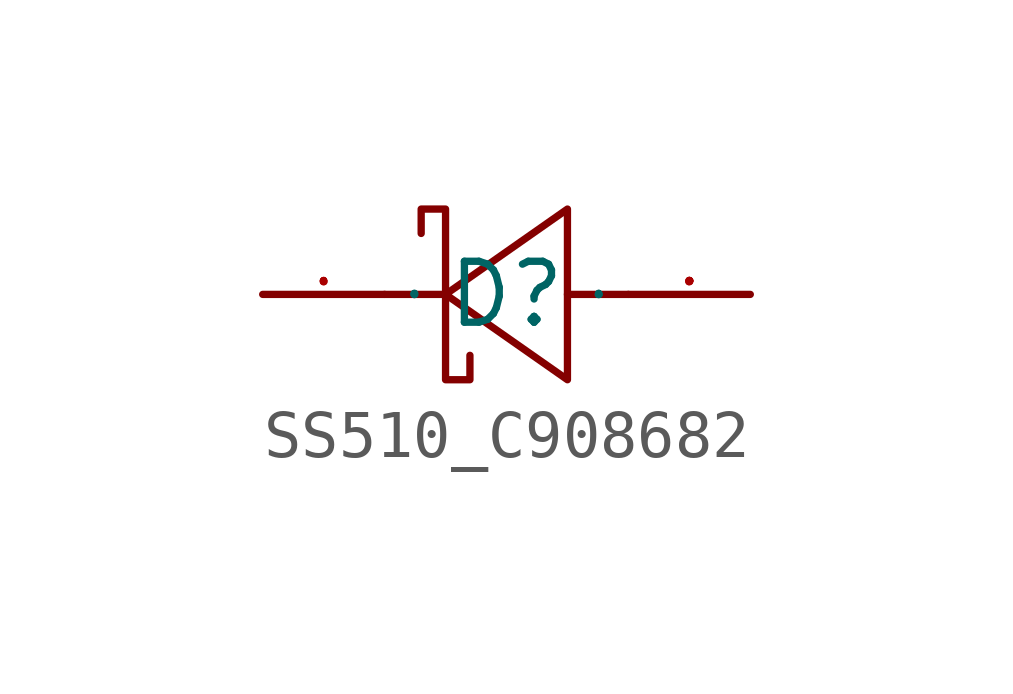
<source format=kicad_sym>
(kicad_symbol_lib
  (version 20241209)
  (generator "kicad_symbol_editor")
  (generator_version "9.0")
  (symbol "SS510_C908682"
    (property "Reference" "D"
      (at 0 0 0)
      (effects (font (size 1.27 1.27))))
    (property "Value" ""
      (at 0 0 0)
      (effects (font (size 1.27 1.27))))
    (symbol "SS510_C908682_1_0"
      (polyline (pts (xy -1.778 1.27) (xy -1.778 1.778) (xy -1.778 1.778) (xy -1.27 1.778) (xy -1.27 1.778) (xy -1.27 -1.778) (xy -1.27 -1.778) (xy -0.762 -1.778) (xy -0.762 -1.778) (xy -0.762 -1.27)) (stroke (width 0) (type default)) (fill (type none)))
      (polyline (pts (xy -1.27 0) (xy -2.54 0)) (stroke (width 0) (type default)) (fill (type none)))
      (polyline (pts (xy 1.27 1.778) (xy -1.27 0) (xy -1.27 0) (xy 1.27 -1.778) (xy 1.27 -1.778) (xy 1.27 1.778)) (stroke (width 0) (type default)) (fill (type none)))
      (polyline (pts (xy 2.54 0) (xy 1.27 0)) (stroke (width 0) (type default)) (fill (type none)))
      (pin unspecified line (at -5.08 0 0) (length 2.54) (name "K" (effects (font (size 0.025 0.025)))) (number "1" (effects (font (size 0.025 0.025)))))
      (pin unspecified line (at 5.08 0 180) (length 2.54) (name "A" (effects (font (size 0.025 0.025)))) (number "2" (effects (font (size 0.025 0.025))))))))
</source>
